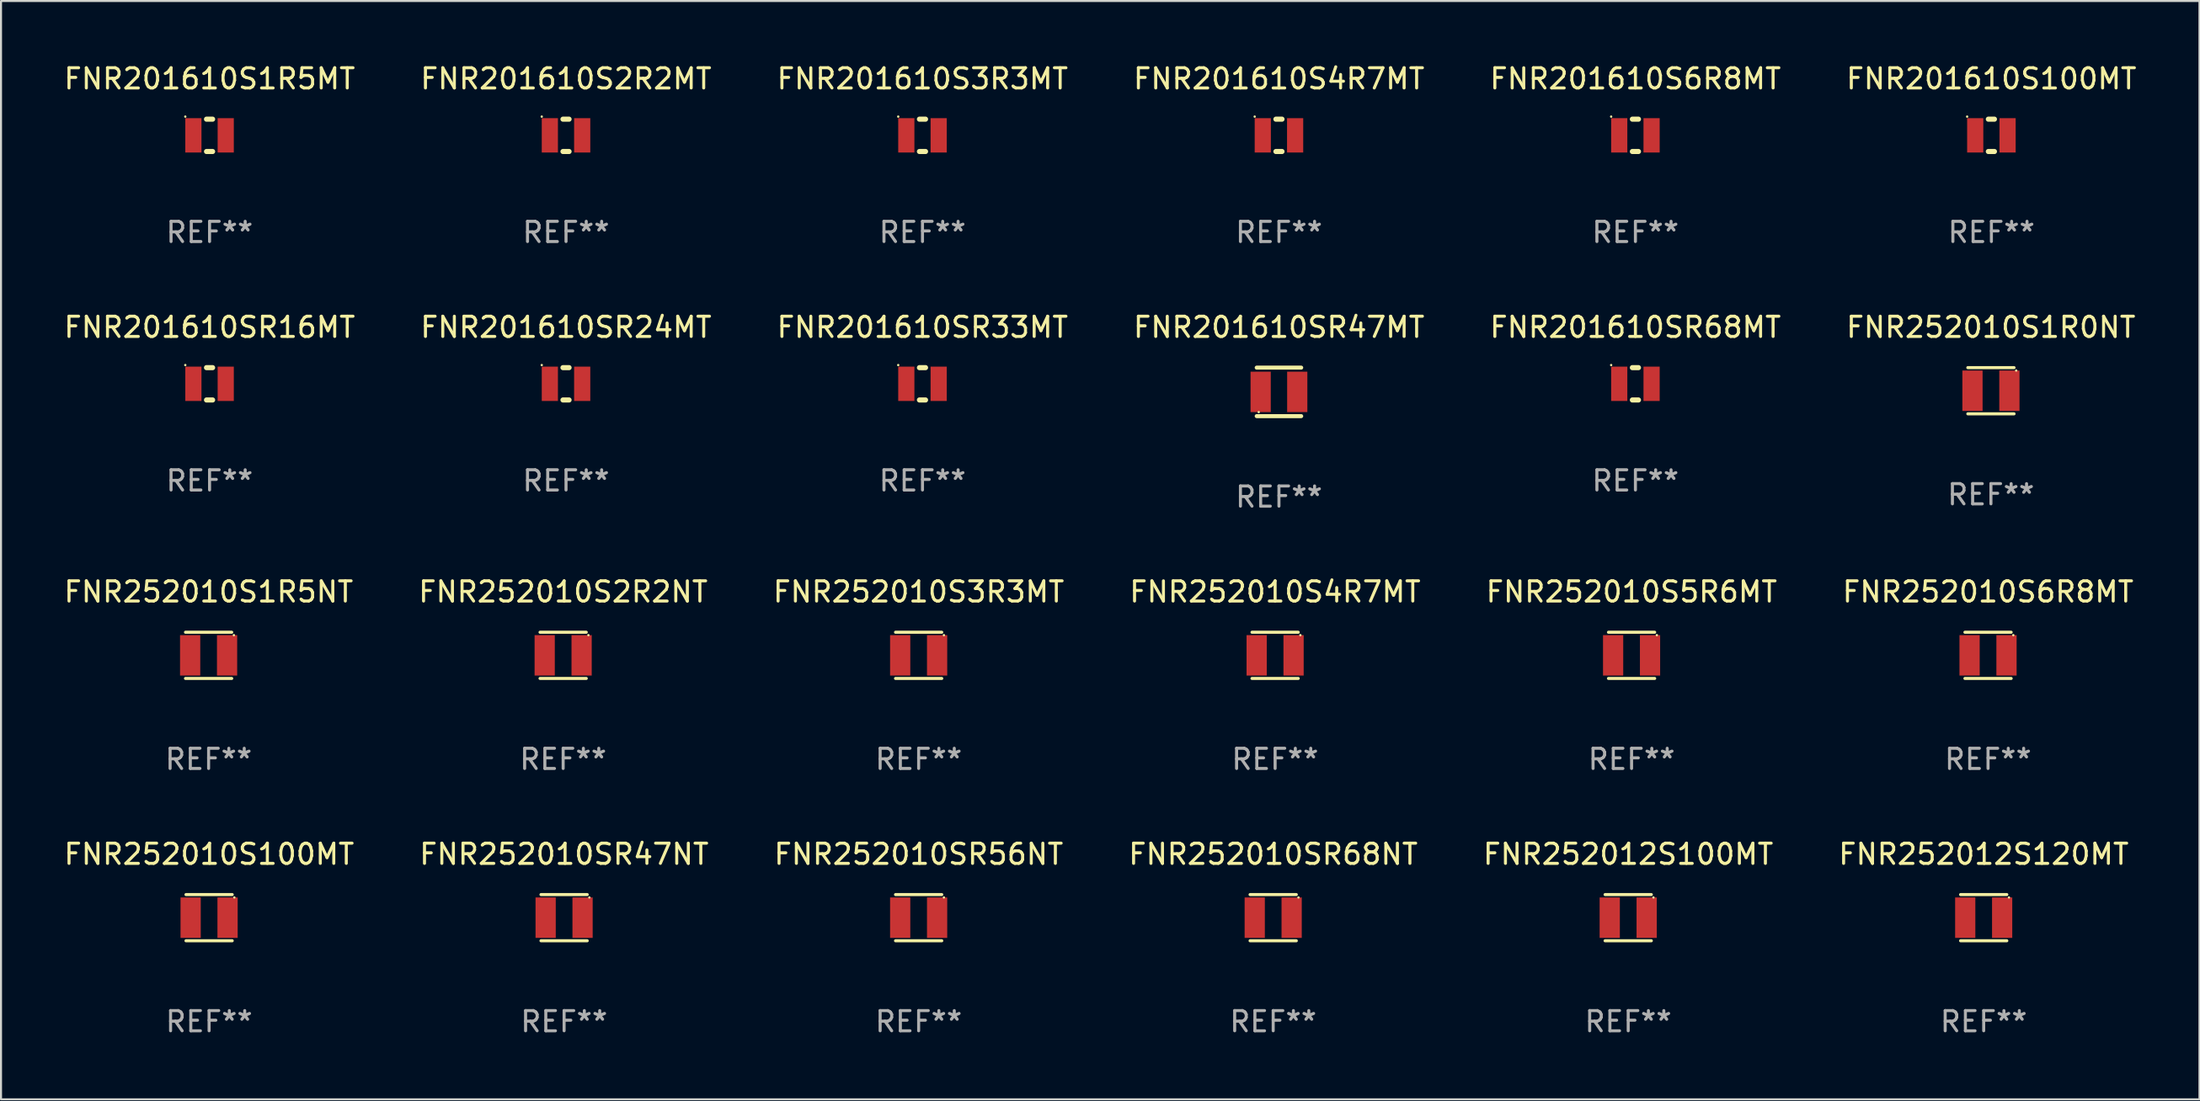
<source format=kicad_pcb>
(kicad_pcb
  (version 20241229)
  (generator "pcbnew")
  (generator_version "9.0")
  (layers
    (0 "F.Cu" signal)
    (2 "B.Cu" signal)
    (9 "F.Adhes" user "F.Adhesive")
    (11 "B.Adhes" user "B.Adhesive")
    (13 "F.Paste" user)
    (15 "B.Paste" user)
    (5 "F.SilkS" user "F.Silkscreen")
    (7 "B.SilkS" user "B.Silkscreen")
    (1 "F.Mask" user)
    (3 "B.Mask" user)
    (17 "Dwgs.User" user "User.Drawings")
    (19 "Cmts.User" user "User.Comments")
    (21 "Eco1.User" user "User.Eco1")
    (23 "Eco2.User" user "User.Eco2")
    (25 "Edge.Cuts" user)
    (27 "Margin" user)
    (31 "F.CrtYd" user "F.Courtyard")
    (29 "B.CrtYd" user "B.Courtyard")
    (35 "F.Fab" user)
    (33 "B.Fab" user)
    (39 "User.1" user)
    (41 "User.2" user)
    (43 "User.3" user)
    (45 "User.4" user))
  (footprint "FNR252010S2R2NT"
    (layer "F.Cu")
    (at 24.804 29.384)
    (property "Reference" "FNR252010S2R2NT" (at 0 -3.143 0) (layer "F.SilkS") (effects (font (size 1 1) (thickness 0.15))))
    (attr through_hole)
    (fp_line (start -1.143 -1.143) (end 1.143 -1.143) (stroke (width 0.152) (type solid)) (layer "F.SilkS"))
    (fp_line (start -1.143 1.143) (end 1.143 1.143) (stroke (width 0.152) (type solid)) (layer "F.SilkS"))
    (fp_circle (center 1.25 -1) (end 1.28 -1) (stroke (width 0.06) (type solid)) (fill no) (layer "F.SilkS"))
    (fp_text user "REF**" (at 0 5.143 0) (layer "F.Fab") (effects (font (size 1 1) (thickness 0.15))))
    (pad "1" smd rect (at 0.913 0) (size 1 2) (layers "F.Cu" "F.Mask" "F.Paste"))
    (pad "2" smd rect (at -0.913 0) (size 1 2) (layers "F.Cu" "F.Mask" "F.Paste")))
  (footprint "FNR252010S6R8MT"
    (layer "F.Cu")
    (at 95.28 29.384)
    (property "Reference" "FNR252010S6R8MT" (at 0 -3.143 0) (layer "F.SilkS") (effects (font (size 1 1) (thickness 0.15))))
    (attr through_hole)
    (fp_line (start -1.143 -1.143) (end 1.143 -1.143) (stroke (width 0.152) (type solid)) (layer "F.SilkS"))
    (fp_line (start -1.143 1.143) (end 1.143 1.143) (stroke (width 0.152) (type solid)) (layer "F.SilkS"))
    (fp_circle (center 1.25 -1) (end 1.28 -1) (stroke (width 0.06) (type solid)) (fill no) (layer "F.SilkS"))
    (fp_text user "REF**" (at 0 5.143 0) (layer "F.Fab") (effects (font (size 1 1) (thickness 0.15))))
    (pad "1" smd rect (at 0.913 0) (size 1 2) (layers "F.Cu" "F.Mask" "F.Paste"))
    (pad "2" smd rect (at -0.913 0) (size 1 2) (layers "F.Cu" "F.Mask" "F.Paste")))
  (footprint "FNR252010S100MT"
    (layer "F.Cu")
    (at 7.292 42.367)
    (property "Reference" "FNR252010S100MT" (at 0 -3.143 0) (layer "F.SilkS") (effects (font (size 1 1) (thickness 0.15))))
    (attr through_hole)
    (fp_line (start -1.143 -1.143) (end 1.143 -1.143) (stroke (width 0.152) (type solid)) (layer "F.SilkS"))
    (fp_line (start -1.143 1.143) (end 1.143 1.143) (stroke (width 0.152) (type solid)) (layer "F.SilkS"))
    (fp_circle (center 1.25 -1) (end 1.28 -1) (stroke (width 0.06) (type solid)) (fill no) (layer "F.SilkS"))
    (fp_text user "REF**" (at 0 5.143 0) (layer "F.Fab") (effects (font (size 1 1) (thickness 0.15))))
    (pad "1" smd rect (at 0.913 0) (size 1 2) (layers "F.Cu" "F.Mask" "F.Paste"))
    (pad "2" smd rect (at -0.913 0) (size 1 2) (layers "F.Cu" "F.Mask" "F.Paste")))
  (footprint "FNR201610SR68MT"
    (layer "F.Cu")
    (at 77.839 15.945)
    (property "Reference" "FNR201610SR68MT" (at 0 -2.8 0) (layer "F.SilkS") (effects (font (size 1 1) (thickness 0.15))))
    (attr through_hole)
    (fp_line (start -0.15 -0.8) (end 0.15 -0.8) (stroke (width 0.254) (type solid)) (layer "F.SilkS"))
    (fp_line (start -0.15 0.8) (end 0.15 0.8) (stroke (width 0.254) (type solid)) (layer "F.SilkS"))
    (fp_circle (center -1.2 -0.927) (end -1.17 -0.927) (stroke (width 0.06) (type solid)) (fill no) (layer "F.SilkS"))
    (fp_text user "REF**" (at 0 4.8 0) (layer "F.Fab") (effects (font (size 1 1) (thickness 0.15))))
    (pad "1" smd rect (at -0.8 -0.000127) (size 0.8 1.7) (layers "F.Cu" "F.Mask" "F.Paste"))
    (pad "2" smd rect (at 0.8 0.000127) (size 0.8 1.7) (layers "F.Cu" "F.Mask" "F.Paste")))
  (footprint "FNR252010SR56NT"
    (layer "F.Cu")
    (at 42.387 42.367)
    (property "Reference" "FNR252010SR56NT" (at 0 -3.143 0) (layer "F.SilkS") (effects (font (size 1 1) (thickness 0.15))))
    (attr through_hole)
    (fp_line (start -1.143 -1.143) (end 1.143 -1.143) (stroke (width 0.152) (type solid)) (layer "F.SilkS"))
    (fp_line (start -1.143 1.143) (end 1.143 1.143) (stroke (width 0.152) (type solid)) (layer "F.SilkS"))
    (fp_circle (center 1.25 -1) (end 1.28 -1) (stroke (width 0.06) (type solid)) (fill no) (layer "F.SilkS"))
    (fp_text user "REF**" (at 0 5.143 0) (layer "F.Fab") (effects (font (size 1 1) (thickness 0.15))))
    (pad "1" smd rect (at 0.913 0) (size 1 2) (layers "F.Cu" "F.Mask" "F.Paste"))
    (pad "2" smd rect (at -0.913 0) (size 1 2) (layers "F.Cu" "F.Mask" "F.Paste")))
  (footprint "FNR201610S2R2MT"
    (layer "F.Cu")
    (at 24.946 3.648)
    (property "Reference" "FNR201610S2R2MT" (at 0 -2.8 0) (layer "F.SilkS") (effects (font (size 1 1) (thickness 0.15))))
    (attr through_hole)
    (fp_line (start -0.15 -0.8) (end 0.15 -0.8) (stroke (width 0.254) (type solid)) (layer "F.SilkS"))
    (fp_line (start -0.15 0.8) (end 0.15 0.8) (stroke (width 0.254) (type solid)) (layer "F.SilkS"))
    (fp_circle (center -1.2 -0.927) (end -1.17 -0.927) (stroke (width 0.06) (type solid)) (fill no) (layer "F.SilkS"))
    (fp_text user "REF**" (at 0 4.8 0) (layer "F.Fab") (effects (font (size 1 1) (thickness 0.15))))
    (pad "1" smd rect (at -0.8 -0.000127) (size 0.8 1.7) (layers "F.Cu" "F.Mask" "F.Paste"))
    (pad "2" smd rect (at 0.8 0.000127) (size 0.8 1.7) (layers "F.Cu" "F.Mask" "F.Paste")))
  (footprint "FNR201610SR47MT"
    (layer "F.Cu")
    (at 60.208 16.345)
    (property "Reference" "FNR201610SR47MT" (at 0 -3.2 0) (layer "F.SilkS") (effects (font (size 1 1) (thickness 0.15))))
    (attr through_hole)
    (fp_line (start -1.1 -1.2) (end 1.1 -1.2) (stroke (width 0.2) (type solid)) (layer "F.SilkS"))
    (fp_line (start -1.1 1.2) (end 1.1 1.2) (stroke (width 0.2) (type solid)) (layer "F.SilkS"))
    (fp_circle (center -1 1) (end -0.97 1) (stroke (width 0.06) (type solid)) (fill no) (layer "F.SilkS"))
    (fp_text user "REF**" (at 0 5.2 0) (layer "F.Fab") (effects (font (size 1 1) (thickness 0.15))))
    (pad "1" smd rect (at -0.905 0) (size 1 2) (layers "F.Cu" "F.Mask" "F.Paste"))
    (pad "2" smd rect (at 0.905 0) (size 1 2) (layers "F.Cu" "F.Mask" "F.Paste")))
  (footprint "FNR201610S1R5MT"
    (layer "F.Cu")
    (at 7.315 3.648)
    (property "Reference" "FNR201610S1R5MT" (at 0 -2.8 0) (layer "F.SilkS") (effects (font (size 1 1) (thickness 0.15))))
    (attr through_hole)
    (fp_line (start -0.15 -0.8) (end 0.15 -0.8) (stroke (width 0.254) (type solid)) (layer "F.SilkS"))
    (fp_line (start -0.15 0.8) (end 0.15 0.8) (stroke (width 0.254) (type solid)) (layer "F.SilkS"))
    (fp_circle (center -1.2 -0.927) (end -1.17 -0.927) (stroke (width 0.06) (type solid)) (fill no) (layer "F.SilkS"))
    (fp_text user "REF**" (at 0 4.8 0) (layer "F.Fab") (effects (font (size 1 1) (thickness 0.15))))
    (pad "1" smd rect (at -0.8 -0.000127) (size 0.8 1.7) (layers "F.Cu" "F.Mask" "F.Paste"))
    (pad "2" smd rect (at 0.8 0.000127) (size 0.8 1.7) (layers "F.Cu" "F.Mask" "F.Paste")))
  (footprint "FNR201610SR33MT"
    (layer "F.Cu")
    (at 42.577 15.945)
    (property "Reference" "FNR201610SR33MT" (at 0 -2.8 0) (layer "F.SilkS") (effects (font (size 1 1) (thickness 0.15))))
    (attr through_hole)
    (fp_line (start -0.15 -0.8) (end 0.15 -0.8) (stroke (width 0.254) (type solid)) (layer "F.SilkS"))
    (fp_line (start -0.15 0.8) (end 0.15 0.8) (stroke (width 0.254) (type solid)) (layer "F.SilkS"))
    (fp_circle (center -1.2 -0.927) (end -1.17 -0.927) (stroke (width 0.06) (type solid)) (fill no) (layer "F.SilkS"))
    (fp_text user "REF**" (at 0 4.8 0) (layer "F.Fab") (effects (font (size 1 1) (thickness 0.15))))
    (pad "1" smd rect (at -0.8 -0.000127) (size 0.8 1.7) (layers "F.Cu" "F.Mask" "F.Paste"))
    (pad "2" smd rect (at 0.8 0.000127) (size 0.8 1.7) (layers "F.Cu" "F.Mask" "F.Paste")))
  (footprint "FNR252010S3R3MT"
    (layer "F.Cu")
    (at 42.387 29.384)
    (property "Reference" "FNR252010S3R3MT" (at 0 -3.143 0) (layer "F.SilkS") (effects (font (size 1 1) (thickness 0.15))))
    (attr through_hole)
    (fp_line (start -1.143 -1.143) (end 1.143 -1.143) (stroke (width 0.152) (type solid)) (layer "F.SilkS"))
    (fp_line (start -1.143 1.143) (end 1.143 1.143) (stroke (width 0.152) (type solid)) (layer "F.SilkS"))
    (fp_circle (center 1.25 -1) (end 1.28 -1) (stroke (width 0.06) (type solid)) (fill no) (layer "F.SilkS"))
    (fp_text user "REF**" (at 0 5.143 0) (layer "F.Fab") (effects (font (size 1 1) (thickness 0.15))))
    (pad "1" smd rect (at 0.913 0) (size 1 2) (layers "F.Cu" "F.Mask" "F.Paste"))
    (pad "2" smd rect (at -0.913 0) (size 1 2) (layers "F.Cu" "F.Mask" "F.Paste")))
  (footprint "FNR201610SR24MT"
    (layer "F.Cu")
    (at 24.946 15.945)
    (property "Reference" "FNR201610SR24MT" (at 0 -2.8 0) (layer "F.SilkS") (effects (font (size 1 1) (thickness 0.15))))
    (attr through_hole)
    (fp_line (start -0.15 -0.8) (end 0.15 -0.8) (stroke (width 0.254) (type solid)) (layer "F.SilkS"))
    (fp_line (start -0.15 0.8) (end 0.15 0.8) (stroke (width 0.254) (type solid)) (layer "F.SilkS"))
    (fp_circle (center -1.2 -0.927) (end -1.17 -0.927) (stroke (width 0.06) (type solid)) (fill no) (layer "F.SilkS"))
    (fp_text user "REF**" (at 0 4.8 0) (layer "F.Fab") (effects (font (size 1 1) (thickness 0.15))))
    (pad "1" smd rect (at -0.8 -0.000127) (size 0.8 1.7) (layers "F.Cu" "F.Mask" "F.Paste"))
    (pad "2" smd rect (at 0.8 0.000127) (size 0.8 1.7) (layers "F.Cu" "F.Mask" "F.Paste")))
  (footprint "FNR252012S120MT"
    (layer "F.Cu")
    (at 95.065 42.367)
    (property "Reference" "FNR252012S120MT" (at 0 -3.143 0) (layer "F.SilkS") (effects (font (size 1 1) (thickness 0.15))))
    (attr through_hole)
    (fp_line (start -1.143 -1.143) (end 1.143 -1.143) (stroke (width 0.152) (type solid)) (layer "F.SilkS"))
    (fp_line (start -1.143 1.143) (end 1.143 1.143) (stroke (width 0.152) (type solid)) (layer "F.SilkS"))
    (fp_circle (center 1.25 -1) (end 1.28 -1) (stroke (width 0.06) (type solid)) (fill no) (layer "F.SilkS"))
    (fp_text user "REF**" (at 0 5.143 0) (layer "F.Fab") (effects (font (size 1 1) (thickness 0.15))))
    (pad "1" smd rect (at 0.913 0) (size 1 2) (layers "F.Cu" "F.Mask" "F.Paste"))
    (pad "2" smd rect (at -0.913 0) (size 1 2) (layers "F.Cu" "F.Mask" "F.Paste")))
  (footprint "FNR252010SR68NT"
    (layer "F.Cu")
    (at 59.923 42.367)
    (property "Reference" "FNR252010SR68NT" (at 0 -3.143 0) (layer "F.SilkS") (effects (font (size 1 1) (thickness 0.15))))
    (attr through_hole)
    (fp_line (start -1.143 -1.143) (end 1.143 -1.143) (stroke (width 0.152) (type solid)) (layer "F.SilkS"))
    (fp_line (start -1.143 1.143) (end 1.143 1.143) (stroke (width 0.152) (type solid)) (layer "F.SilkS"))
    (fp_circle (center 1.25 -1) (end 1.28 -1) (stroke (width 0.06) (type solid)) (fill no) (layer "F.SilkS"))
    (fp_text user "REF**" (at 0 5.143 0) (layer "F.Fab") (effects (font (size 1 1) (thickness 0.15))))
    (pad "1" smd rect (at 0.913 0) (size 1 2) (layers "F.Cu" "F.Mask" "F.Paste"))
    (pad "2" smd rect (at -0.913 0) (size 1 2) (layers "F.Cu" "F.Mask" "F.Paste")))
  (footprint "FNR201610SR16MT"
    (layer "F.Cu")
    (at 7.315 15.945)
    (property "Reference" "FNR201610SR16MT" (at 0 -2.8 0) (layer "F.SilkS") (effects (font (size 1 1) (thickness 0.15))))
    (attr through_hole)
    (fp_line (start -0.15 -0.8) (end 0.15 -0.8) (stroke (width 0.254) (type solid)) (layer "F.SilkS"))
    (fp_line (start -0.15 0.8) (end 0.15 0.8) (stroke (width 0.254) (type solid)) (layer "F.SilkS"))
    (fp_circle (center -1.2 -0.927) (end -1.17 -0.927) (stroke (width 0.06) (type solid)) (fill no) (layer "F.SilkS"))
    (fp_text user "REF**" (at 0 4.8 0) (layer "F.Fab") (effects (font (size 1 1) (thickness 0.15))))
    (pad "1" smd rect (at -0.8 -0.000127) (size 0.8 1.7) (layers "F.Cu" "F.Mask" "F.Paste"))
    (pad "2" smd rect (at 0.8 0.000127) (size 0.8 1.7) (layers "F.Cu" "F.Mask" "F.Paste")))
  (footprint "FNR201610S100MT"
    (layer "F.Cu")
    (at 95.446 3.648)
    (property "Reference" "FNR201610S100MT" (at 0 -2.8 0) (layer "F.SilkS") (effects (font (size 1 1) (thickness 0.15))))
    (attr through_hole)
    (fp_line (start -0.15 -0.8) (end 0.15 -0.8) (stroke (width 0.254) (type solid)) (layer "F.SilkS"))
    (fp_line (start -0.15 0.8) (end 0.15 0.8) (stroke (width 0.254) (type solid)) (layer "F.SilkS"))
    (fp_circle (center -1.2 -0.927) (end -1.17 -0.927) (stroke (width 0.06) (type solid)) (fill no) (layer "F.SilkS"))
    (fp_text user "REF**" (at 0 4.8 0) (layer "F.Fab") (effects (font (size 1 1) (thickness 0.15))))
    (pad "1" smd rect (at -0.8 -0.000127) (size 0.8 1.7) (layers "F.Cu" "F.Mask" "F.Paste"))
    (pad "2" smd rect (at 0.8 0.000127) (size 0.8 1.7) (layers "F.Cu" "F.Mask" "F.Paste")))
  (footprint "FNR201610S4R7MT"
    (layer "F.Cu")
    (at 60.208 3.648)
    (property "Reference" "FNR201610S4R7MT" (at 0 -2.8 0) (layer "F.SilkS") (effects (font (size 1 1) (thickness 0.15))))
    (attr through_hole)
    (fp_line (start -0.15 -0.8) (end 0.15 -0.8) (stroke (width 0.254) (type solid)) (layer "F.SilkS"))
    (fp_line (start -0.15 0.8) (end 0.15 0.8) (stroke (width 0.254) (type solid)) (layer "F.SilkS"))
    (fp_circle (center -1.2 -0.927) (end -1.17 -0.927) (stroke (width 0.06) (type solid)) (fill no) (layer "F.SilkS"))
    (fp_text user "REF**" (at 0 4.8 0) (layer "F.Fab") (effects (font (size 1 1) (thickness 0.15))))
    (pad "1" smd rect (at -0.8 -0.000127) (size 0.8 1.7) (layers "F.Cu" "F.Mask" "F.Paste"))
    (pad "2" smd rect (at 0.8 0.000127) (size 0.8 1.7) (layers "F.Cu" "F.Mask" "F.Paste")))
  (footprint "FNR201610S6R8MT"
    (layer "F.Cu")
    (at 77.839 3.648)
    (property "Reference" "FNR201610S6R8MT" (at 0 -2.8 0) (layer "F.SilkS") (effects (font (size 1 1) (thickness 0.15))))
    (attr through_hole)
    (fp_line (start -0.15 -0.8) (end 0.15 -0.8) (stroke (width 0.254) (type solid)) (layer "F.SilkS"))
    (fp_line (start -0.15 0.8) (end 0.15 0.8) (stroke (width 0.254) (type solid)) (layer "F.SilkS"))
    (fp_circle (center -1.2 -0.927) (end -1.17 -0.927) (stroke (width 0.06) (type solid)) (fill no) (layer "F.SilkS"))
    (fp_text user "REF**" (at 0 4.8 0) (layer "F.Fab") (effects (font (size 1 1) (thickness 0.15))))
    (pad "1" smd rect (at -0.8 -0.000127) (size 0.8 1.7) (layers "F.Cu" "F.Mask" "F.Paste"))
    (pad "2" smd rect (at 0.8 0.000127) (size 0.8 1.7) (layers "F.Cu" "F.Mask" "F.Paste")))
  (footprint "FNR252010S4R7MT"
    (layer "F.Cu")
    (at 60.018 29.384)
    (property "Reference" "FNR252010S4R7MT" (at 0 -3.143 0) (layer "F.SilkS") (effects (font (size 1 1) (thickness 0.15))))
    (attr through_hole)
    (fp_line (start -1.143 -1.143) (end 1.143 -1.143) (stroke (width 0.152) (type solid)) (layer "F.SilkS"))
    (fp_line (start -1.143 1.143) (end 1.143 1.143) (stroke (width 0.152) (type solid)) (layer "F.SilkS"))
    (fp_circle (center 1.25 -1) (end 1.28 -1) (stroke (width 0.06) (type solid)) (fill no) (layer "F.SilkS"))
    (fp_text user "REF**" (at 0 5.143 0) (layer "F.Fab") (effects (font (size 1 1) (thickness 0.15))))
    (pad "1" smd rect (at 0.913 0) (size 1 2) (layers "F.Cu" "F.Mask" "F.Paste"))
    (pad "2" smd rect (at -0.913 0) (size 1 2) (layers "F.Cu" "F.Mask" "F.Paste")))
  (footprint "FNR252010S1R5NT"
    (layer "F.Cu")
    (at 7.268 29.384)
    (property "Reference" "FNR252010S1R5NT" (at 0 -3.143 0) (layer "F.SilkS") (effects (font (size 1 1) (thickness 0.15))))
    (attr through_hole)
    (fp_line (start -1.143 -1.143) (end 1.143 -1.143) (stroke (width 0.152) (type solid)) (layer "F.SilkS"))
    (fp_line (start -1.143 1.143) (end 1.143 1.143) (stroke (width 0.152) (type solid)) (layer "F.SilkS"))
    (fp_circle (center 1.25 -1) (end 1.28 -1) (stroke (width 0.06) (type solid)) (fill no) (layer "F.SilkS"))
    (fp_text user "REF**" (at 0 5.143 0) (layer "F.Fab") (effects (font (size 1 1) (thickness 0.15))))
    (pad "1" smd rect (at 0.913 0) (size 1 2) (layers "F.Cu" "F.Mask" "F.Paste"))
    (pad "2" smd rect (at -0.913 0) (size 1 2) (layers "F.Cu" "F.Mask" "F.Paste")))
  (footprint "FNR252010S5R6MT"
    (layer "F.Cu")
    (at 77.649 29.384)
    (property "Reference" "FNR252010S5R6MT" (at 0 -3.143 0) (layer "F.SilkS") (effects (font (size 1 1) (thickness 0.15))))
    (attr through_hole)
    (fp_line (start -1.143 -1.143) (end 1.143 -1.143) (stroke (width 0.152) (type solid)) (layer "F.SilkS"))
    (fp_line (start -1.143 1.143) (end 1.143 1.143) (stroke (width 0.152) (type solid)) (layer "F.SilkS"))
    (fp_circle (center 1.25 -1) (end 1.28 -1) (stroke (width 0.06) (type solid)) (fill no) (layer "F.SilkS"))
    (fp_text user "REF**" (at 0 5.143 0) (layer "F.Fab") (effects (font (size 1 1) (thickness 0.15))))
    (pad "1" smd rect (at 0.913 0) (size 1 2) (layers "F.Cu" "F.Mask" "F.Paste"))
    (pad "2" smd rect (at -0.913 0) (size 1 2) (layers "F.Cu" "F.Mask" "F.Paste")))
  (footprint "FNR252010S1R0NT"
    (layer "F.Cu")
    (at 95.423 16.288)
    (property "Reference" "FNR252010S1R0NT" (at 0 -3.143 0) (layer "F.SilkS") (effects (font (size 1 1) (thickness 0.15))))
    (attr through_hole)
    (fp_line (start -1.143 -1.143) (end 1.143 -1.143) (stroke (width 0.152) (type solid)) (layer "F.SilkS"))
    (fp_line (start -1.143 1.143) (end 1.143 1.143) (stroke (width 0.152) (type solid)) (layer "F.SilkS"))
    (fp_circle (center 1.25 -1) (end 1.28 -1) (stroke (width 0.06) (type solid)) (fill no) (layer "F.SilkS"))
    (fp_text user "REF**" (at 0 5.143 0) (layer "F.Fab") (effects (font (size 1 1) (thickness 0.15))))
    (pad "1" smd rect (at 0.913 0) (size 1 2) (layers "F.Cu" "F.Mask" "F.Paste"))
    (pad "2" smd rect (at -0.913 0) (size 1 2) (layers "F.Cu" "F.Mask" "F.Paste")))
  (footprint "FNR252010SR47NT"
    (layer "F.Cu")
    (at 24.851 42.367)
    (property "Reference" "FNR252010SR47NT" (at 0 -3.143 0) (layer "F.SilkS") (effects (font (size 1 1) (thickness 0.15))))
    (attr through_hole)
    (fp_line (start -1.143 -1.143) (end 1.143 -1.143) (stroke (width 0.152) (type solid)) (layer "F.SilkS"))
    (fp_line (start -1.143 1.143) (end 1.143 1.143) (stroke (width 0.152) (type solid)) (layer "F.SilkS"))
    (fp_circle (center 1.25 -1) (end 1.28 -1) (stroke (width 0.06) (type solid)) (fill no) (layer "F.SilkS"))
    (fp_text user "REF**" (at 0 5.143 0) (layer "F.Fab") (effects (font (size 1 1) (thickness 0.15))))
    (pad "1" smd rect (at 0.913 0) (size 1 2) (layers "F.Cu" "F.Mask" "F.Paste"))
    (pad "2" smd rect (at -0.913 0) (size 1 2) (layers "F.Cu" "F.Mask" "F.Paste")))
  (footprint "FNR252012S100MT"
    (layer "F.Cu")
    (at 77.482 42.367)
    (property "Reference" "FNR252012S100MT" (at 0 -3.143 0) (layer "F.SilkS") (effects (font (size 1 1) (thickness 0.15))))
    (attr through_hole)
    (fp_line (start -1.143 -1.143) (end 1.143 -1.143) (stroke (width 0.152) (type solid)) (layer "F.SilkS"))
    (fp_line (start -1.143 1.143) (end 1.143 1.143) (stroke (width 0.152) (type solid)) (layer "F.SilkS"))
    (fp_circle (center 1.25 -1) (end 1.28 -1) (stroke (width 0.06) (type solid)) (fill no) (layer "F.SilkS"))
    (fp_text user "REF**" (at 0 5.143 0) (layer "F.Fab") (effects (font (size 1 1) (thickness 0.15))))
    (pad "1" smd rect (at 0.913 0) (size 1 2) (layers "F.Cu" "F.Mask" "F.Paste"))
    (pad "2" smd rect (at -0.913 0) (size 1 2) (layers "F.Cu" "F.Mask" "F.Paste")))
  (footprint "FNR201610S3R3MT"
    (layer "F.Cu")
    (at 42.577 3.648)
    (property "Reference" "FNR201610S3R3MT" (at 0 -2.8 0) (layer "F.SilkS") (effects (font (size 1 1) (thickness 0.15))))
    (attr through_hole)
    (fp_line (start -0.15 -0.8) (end 0.15 -0.8) (stroke (width 0.254) (type solid)) (layer "F.SilkS"))
    (fp_line (start -0.15 0.8) (end 0.15 0.8) (stroke (width 0.254) (type solid)) (layer "F.SilkS"))
    (fp_circle (center -1.2 -0.927) (end -1.17 -0.927) (stroke (width 0.06) (type solid)) (fill no) (layer "F.SilkS"))
    (fp_text user "REF**" (at 0 4.8 0) (layer "F.Fab") (effects (font (size 1 1) (thickness 0.15))))
    (pad "1" smd rect (at -0.8 -0.000127) (size 0.8 1.7) (layers "F.Cu" "F.Mask" "F.Paste"))
    (pad "2" smd rect (at 0.8 0.000127) (size 0.8 1.7) (layers "F.Cu" "F.Mask" "F.Paste")))
  (gr_rect
    (start -3 -3)
    (end 105.738 51.358)
    (stroke (width 0.1) (type default))
    (fill no)
    (layer "Edge.Cuts")))
</source>
